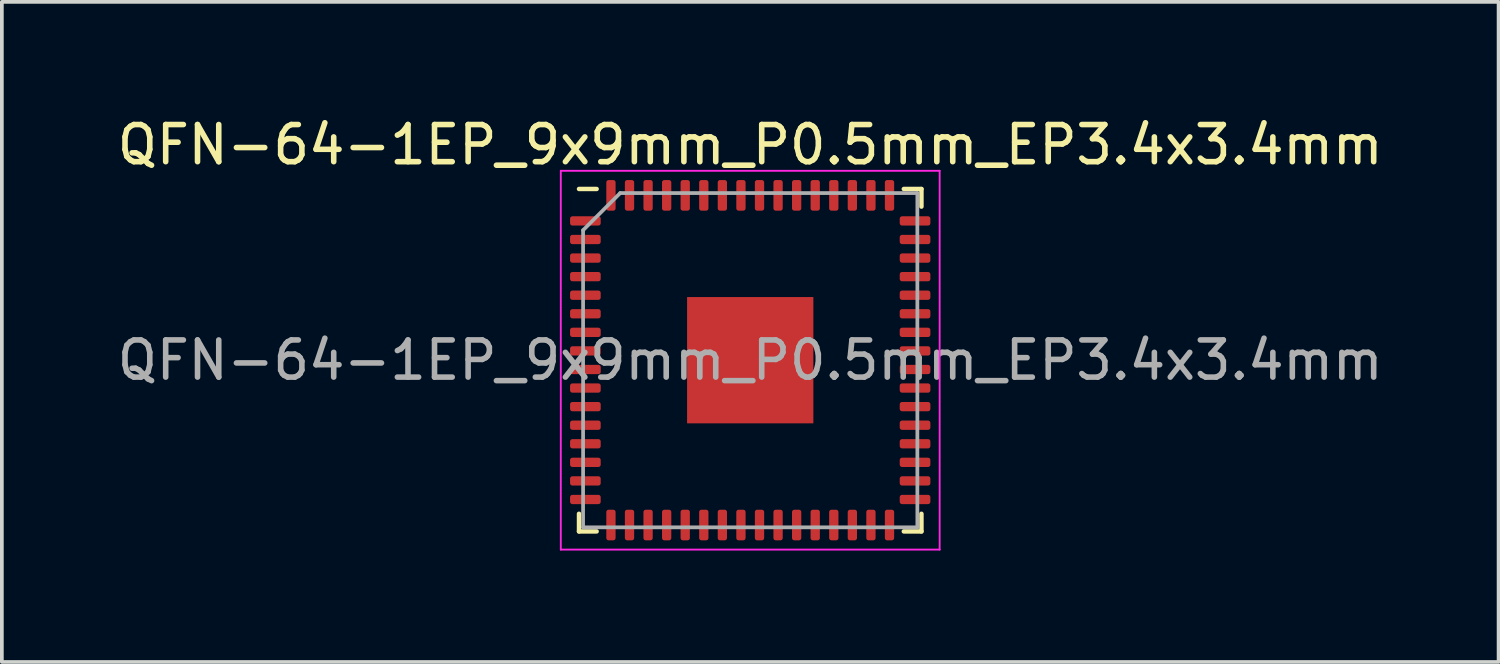
<source format=kicad_pcb>
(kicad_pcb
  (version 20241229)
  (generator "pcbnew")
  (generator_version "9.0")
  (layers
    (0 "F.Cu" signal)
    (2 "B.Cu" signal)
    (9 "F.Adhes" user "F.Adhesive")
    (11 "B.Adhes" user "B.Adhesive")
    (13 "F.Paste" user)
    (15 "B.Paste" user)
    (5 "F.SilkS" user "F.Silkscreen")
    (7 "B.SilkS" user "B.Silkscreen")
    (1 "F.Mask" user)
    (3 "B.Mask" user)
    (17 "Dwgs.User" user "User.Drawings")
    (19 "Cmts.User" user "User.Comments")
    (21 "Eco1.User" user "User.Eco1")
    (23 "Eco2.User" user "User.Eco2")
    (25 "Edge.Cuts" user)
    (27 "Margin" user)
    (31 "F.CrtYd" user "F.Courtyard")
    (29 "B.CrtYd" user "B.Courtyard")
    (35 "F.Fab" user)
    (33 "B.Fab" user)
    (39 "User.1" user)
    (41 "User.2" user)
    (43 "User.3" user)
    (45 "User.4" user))
  (footprint "QFN-64-1EP_9x9mm_P0.5mm_EP3.4x3.4mm"
    (layer "F.Cu")
    (at 17.149 6.648)
    (property "Reference" "QFN-64-1EP_9x9mm_P0.5mm_EP3.4x3.4mm" (at 0 -5.8 0) (layer "F.SilkS") (effects (font (size 1 1) (thickness 0.15))))
    (attr smd)
    (fp_line (start -4.61 4.61) (end -4.61 4.135) (stroke (width 0.12) (type solid)) (layer "F.SilkS"))
    (fp_line (start -4.135 -4.61) (end -4.61 -4.61) (stroke (width 0.12) (type solid)) (layer "F.SilkS"))
    (fp_line (start -4.135 4.61) (end -4.61 4.61) (stroke (width 0.12) (type solid)) (layer "F.SilkS"))
    (fp_line (start 4.135 -4.61) (end 4.61 -4.61) (stroke (width 0.12) (type solid)) (layer "F.SilkS"))
    (fp_line (start 4.135 4.61) (end 4.61 4.61) (stroke (width 0.12) (type solid)) (layer "F.SilkS"))
    (fp_line (start 4.61 -4.61) (end 4.61 -4.135) (stroke (width 0.12) (type solid)) (layer "F.SilkS"))
    (fp_line (start 4.61 4.61) (end 4.61 4.135) (stroke (width 0.12) (type solid)) (layer "F.SilkS"))
    (fp_line (start -5.1 -5.1) (end -5.1 5.1) (stroke (width 0.05) (type solid)) (layer "F.CrtYd"))
    (fp_line (start -5.1 5.1) (end 5.1 5.1) (stroke (width 0.05) (type solid)) (layer "F.CrtYd"))
    (fp_line (start 5.1 -5.1) (end -5.1 -5.1) (stroke (width 0.05) (type solid)) (layer "F.CrtYd"))
    (fp_line (start 5.1 5.1) (end 5.1 -5.1) (stroke (width 0.05) (type solid)) (layer "F.CrtYd"))
    (fp_line (start -4.5 -3.5) (end -3.5 -4.5) (stroke (width 0.1) (type solid)) (layer "F.Fab"))
    (fp_line (start -4.5 4.5) (end -4.5 -3.5) (stroke (width 0.1) (type solid)) (layer "F.Fab"))
    (fp_line (start -3.5 -4.5) (end 4.5 -4.5) (stroke (width 0.1) (type solid)) (layer "F.Fab"))
    (fp_line (start 4.5 -4.5) (end 4.5 4.5) (stroke (width 0.1) (type solid)) (layer "F.Fab"))
    (fp_line (start 4.5 4.5) (end -4.5 4.5) (stroke (width 0.1) (type solid)) (layer "F.Fab"))
    (fp_text user "${REFERENCE}" (at 0 0 0) (layer "F.Fab") (effects (font (size 1 1) (thickness 0.15))))
    (pad "" smd roundrect (at -1.13 -1.13) (size 0.91 0.91) (layers "F.Paste") (roundrect_rratio 0.25))
    (pad "" smd roundrect (at -1.13 0) (size 0.91 0.91) (layers "F.Paste") (roundrect_rratio 0.25))
    (pad "" smd roundrect (at -1.13 1.13) (size 0.91 0.91) (layers "F.Paste") (roundrect_rratio 0.25))
    (pad "" smd roundrect (at 0 -1.13) (size 0.91 0.91) (layers "F.Paste") (roundrect_rratio 0.25))
    (pad "" smd roundrect (at 0 0) (size 0.91 0.91) (layers "F.Paste") (roundrect_rratio 0.25))
    (pad "" smd roundrect (at 0 1.13) (size 0.91 0.91) (layers "F.Paste") (roundrect_rratio 0.25))
    (pad "" smd roundrect (at 1.13 -1.13) (size 0.91 0.91) (layers "F.Paste") (roundrect_rratio 0.25))
    (pad "" smd roundrect (at 1.13 0) (size 0.91 0.91) (layers "F.Paste") (roundrect_rratio 0.25))
    (pad "" smd roundrect (at 1.13 1.13) (size 0.91 0.91) (layers "F.Paste") (roundrect_rratio 0.25))
    (pad "1" smd roundrect (at -4.438 -3.75) (size 0.825 0.25) (layers "F.Cu" "F.Mask" "F.Paste") (roundrect_rratio 0.25))
    (pad "2" smd roundrect (at -4.438 -3.25) (size 0.825 0.25) (layers "F.Cu" "F.Mask" "F.Paste") (roundrect_rratio 0.25))
    (pad "3" smd roundrect (at -4.438 -2.75) (size 0.825 0.25) (layers "F.Cu" "F.Mask" "F.Paste") (roundrect_rratio 0.25))
    (pad "4" smd roundrect (at -4.438 -2.25) (size 0.825 0.25) (layers "F.Cu" "F.Mask" "F.Paste") (roundrect_rratio 0.25))
    (pad "5" smd roundrect (at -4.438 -1.75) (size 0.825 0.25) (layers "F.Cu" "F.Mask" "F.Paste") (roundrect_rratio 0.25))
    (pad "6" smd roundrect (at -4.438 -1.25) (size 0.825 0.25) (layers "F.Cu" "F.Mask" "F.Paste") (roundrect_rratio 0.25))
    (pad "7" smd roundrect (at -4.438 -0.75) (size 0.825 0.25) (layers "F.Cu" "F.Mask" "F.Paste") (roundrect_rratio 0.25))
    (pad "8" smd roundrect (at -4.438 -0.25) (size 0.825 0.25) (layers "F.Cu" "F.Mask" "F.Paste") (roundrect_rratio 0.25))
    (pad "9" smd roundrect (at -4.438 0.25) (size 0.825 0.25) (layers "F.Cu" "F.Mask" "F.Paste") (roundrect_rratio 0.25))
    (pad "10" smd roundrect (at -4.438 0.75) (size 0.825 0.25) (layers "F.Cu" "F.Mask" "F.Paste") (roundrect_rratio 0.25))
    (pad "11" smd roundrect (at -4.438 1.25) (size 0.825 0.25) (layers "F.Cu" "F.Mask" "F.Paste") (roundrect_rratio 0.25))
    (pad "12" smd roundrect (at -4.438 1.75) (size 0.825 0.25) (layers "F.Cu" "F.Mask" "F.Paste") (roundrect_rratio 0.25))
    (pad "13" smd roundrect (at -4.438 2.25) (size 0.825 0.25) (layers "F.Cu" "F.Mask" "F.Paste") (roundrect_rratio 0.25))
    (pad "14" smd roundrect (at -4.438 2.75) (size 0.825 0.25) (layers "F.Cu" "F.Mask" "F.Paste") (roundrect_rratio 0.25))
    (pad "15" smd roundrect (at -4.438 3.25) (size 0.825 0.25) (layers "F.Cu" "F.Mask" "F.Paste") (roundrect_rratio 0.25))
    (pad "16" smd roundrect (at -4.438 3.75) (size 0.825 0.25) (layers "F.Cu" "F.Mask" "F.Paste") (roundrect_rratio 0.25))
    (pad "17" smd roundrect (at -3.75 4.438) (size 0.25 0.825) (layers "F.Cu" "F.Mask" "F.Paste") (roundrect_rratio 0.25))
    (pad "18" smd roundrect (at -3.25 4.438) (size 0.25 0.825) (layers "F.Cu" "F.Mask" "F.Paste") (roundrect_rratio 0.25))
    (pad "19" smd roundrect (at -2.75 4.438) (size 0.25 0.825) (layers "F.Cu" "F.Mask" "F.Paste") (roundrect_rratio 0.25))
    (pad "20" smd roundrect (at -2.25 4.438) (size 0.25 0.825) (layers "F.Cu" "F.Mask" "F.Paste") (roundrect_rratio 0.25))
    (pad "21" smd roundrect (at -1.75 4.438) (size 0.25 0.825) (layers "F.Cu" "F.Mask" "F.Paste") (roundrect_rratio 0.25))
    (pad "22" smd roundrect (at -1.25 4.438) (size 0.25 0.825) (layers "F.Cu" "F.Mask" "F.Paste") (roundrect_rratio 0.25))
    (pad "23" smd roundrect (at -0.75 4.438) (size 0.25 0.825) (layers "F.Cu" "F.Mask" "F.Paste") (roundrect_rratio 0.25))
    (pad "24" smd roundrect (at -0.25 4.438) (size 0.25 0.825) (layers "F.Cu" "F.Mask" "F.Paste") (roundrect_rratio 0.25))
    (pad "25" smd roundrect (at 0.25 4.438) (size 0.25 0.825) (layers "F.Cu" "F.Mask" "F.Paste") (roundrect_rratio 0.25))
    (pad "26" smd roundrect (at 0.75 4.438) (size 0.25 0.825) (layers "F.Cu" "F.Mask" "F.Paste") (roundrect_rratio 0.25))
    (pad "27" smd roundrect (at 1.25 4.438) (size 0.25 0.825) (layers "F.Cu" "F.Mask" "F.Paste") (roundrect_rratio 0.25))
    (pad "28" smd roundrect (at 1.75 4.438) (size 0.25 0.825) (layers "F.Cu" "F.Mask" "F.Paste") (roundrect_rratio 0.25))
    (pad "29" smd roundrect (at 2.25 4.438) (size 0.25 0.825) (layers "F.Cu" "F.Mask" "F.Paste") (roundrect_rratio 0.25))
    (pad "30" smd roundrect (at 2.75 4.438) (size 0.25 0.825) (layers "F.Cu" "F.Mask" "F.Paste") (roundrect_rratio 0.25))
    (pad "31" smd roundrect (at 3.25 4.438) (size 0.25 0.825) (layers "F.Cu" "F.Mask" "F.Paste") (roundrect_rratio 0.25))
    (pad "32" smd roundrect (at 3.75 4.438) (size 0.25 0.825) (layers "F.Cu" "F.Mask" "F.Paste") (roundrect_rratio 0.25))
    (pad "33" smd roundrect (at 4.438 3.75) (size 0.825 0.25) (layers "F.Cu" "F.Mask" "F.Paste") (roundrect_rratio 0.25))
    (pad "34" smd roundrect (at 4.438 3.25) (size 0.825 0.25) (layers "F.Cu" "F.Mask" "F.Paste") (roundrect_rratio 0.25))
    (pad "35" smd roundrect (at 4.438 2.75) (size 0.825 0.25) (layers "F.Cu" "F.Mask" "F.Paste") (roundrect_rratio 0.25))
    (pad "36" smd roundrect (at 4.438 2.25) (size 0.825 0.25) (layers "F.Cu" "F.Mask" "F.Paste") (roundrect_rratio 0.25))
    (pad "37" smd roundrect (at 4.438 1.75) (size 0.825 0.25) (layers "F.Cu" "F.Mask" "F.Paste") (roundrect_rratio 0.25))
    (pad "38" smd roundrect (at 4.438 1.25) (size 0.825 0.25) (layers "F.Cu" "F.Mask" "F.Paste") (roundrect_rratio 0.25))
    (pad "39" smd roundrect (at 4.438 0.75) (size 0.825 0.25) (layers "F.Cu" "F.Mask" "F.Paste") (roundrect_rratio 0.25))
    (pad "40" smd roundrect (at 4.438 0.25) (size 0.825 0.25) (layers "F.Cu" "F.Mask" "F.Paste") (roundrect_rratio 0.25))
    (pad "41" smd roundrect (at 4.438 -0.25) (size 0.825 0.25) (layers "F.Cu" "F.Mask" "F.Paste") (roundrect_rratio 0.25))
    (pad "42" smd roundrect (at 4.438 -0.75) (size 0.825 0.25) (layers "F.Cu" "F.Mask" "F.Paste") (roundrect_rratio 0.25))
    (pad "43" smd roundrect (at 4.438 -1.25) (size 0.825 0.25) (layers "F.Cu" "F.Mask" "F.Paste") (roundrect_rratio 0.25))
    (pad "44" smd roundrect (at 4.438 -1.75) (size 0.825 0.25) (layers "F.Cu" "F.Mask" "F.Paste") (roundrect_rratio 0.25))
    (pad "45" smd roundrect (at 4.438 -2.25) (size 0.825 0.25) (layers "F.Cu" "F.Mask" "F.Paste") (roundrect_rratio 0.25))
    (pad "46" smd roundrect (at 4.438 -2.75) (size 0.825 0.25) (layers "F.Cu" "F.Mask" "F.Paste") (roundrect_rratio 0.25))
    (pad "47" smd roundrect (at 4.438 -3.25) (size 0.825 0.25) (layers "F.Cu" "F.Mask" "F.Paste") (roundrect_rratio 0.25))
    (pad "48" smd roundrect (at 4.438 -3.75) (size 0.825 0.25) (layers "F.Cu" "F.Mask" "F.Paste") (roundrect_rratio 0.25))
    (pad "49" smd roundrect (at 3.75 -4.438) (size 0.25 0.825) (layers "F.Cu" "F.Mask" "F.Paste") (roundrect_rratio 0.25))
    (pad "50" smd roundrect (at 3.25 -4.438) (size 0.25 0.825) (layers "F.Cu" "F.Mask" "F.Paste") (roundrect_rratio 0.25))
    (pad "51" smd roundrect (at 2.75 -4.438) (size 0.25 0.825) (layers "F.Cu" "F.Mask" "F.Paste") (roundrect_rratio 0.25))
    (pad "52" smd roundrect (at 2.25 -4.438) (size 0.25 0.825) (layers "F.Cu" "F.Mask" "F.Paste") (roundrect_rratio 0.25))
    (pad "53" smd roundrect (at 1.75 -4.438) (size 0.25 0.825) (layers "F.Cu" "F.Mask" "F.Paste") (roundrect_rratio 0.25))
    (pad "54" smd roundrect (at 1.25 -4.438) (size 0.25 0.825) (layers "F.Cu" "F.Mask" "F.Paste") (roundrect_rratio 0.25))
    (pad "55" smd roundrect (at 0.75 -4.438) (size 0.25 0.825) (layers "F.Cu" "F.Mask" "F.Paste") (roundrect_rratio 0.25))
    (pad "56" smd roundrect (at 0.25 -4.438) (size 0.25 0.825) (layers "F.Cu" "F.Mask" "F.Paste") (roundrect_rratio 0.25))
    (pad "57" smd roundrect (at -0.25 -4.438) (size 0.25 0.825) (layers "F.Cu" "F.Mask" "F.Paste") (roundrect_rratio 0.25))
    (pad "58" smd roundrect (at -0.75 -4.438) (size 0.25 0.825) (layers "F.Cu" "F.Mask" "F.Paste") (roundrect_rratio 0.25))
    (pad "59" smd roundrect (at -1.25 -4.438) (size 0.25 0.825) (layers "F.Cu" "F.Mask" "F.Paste") (roundrect_rratio 0.25))
    (pad "60" smd roundrect (at -1.75 -4.438) (size 0.25 0.825) (layers "F.Cu" "F.Mask" "F.Paste") (roundrect_rratio 0.25))
    (pad "61" smd roundrect (at -2.25 -4.438) (size 0.25 0.825) (layers "F.Cu" "F.Mask" "F.Paste") (roundrect_rratio 0.25))
    (pad "62" smd roundrect (at -2.75 -4.438) (size 0.25 0.825) (layers "F.Cu" "F.Mask" "F.Paste") (roundrect_rratio 0.25))
    (pad "63" smd roundrect (at -3.25 -4.438) (size 0.25 0.825) (layers "F.Cu" "F.Mask" "F.Paste") (roundrect_rratio 0.25))
    (pad "64" smd roundrect (at -3.75 -4.438) (size 0.25 0.825) (layers "F.Cu" "F.Mask" "F.Paste") (roundrect_rratio 0.25))
    (pad "65" smd rect (at 0 0) (size 3.4 3.4) (layers "F.Cu" "F.Mask")))
  (gr_rect
    (start -3 -3)
    (end 37.298 14.773)
    (stroke (width 0.1) (type default))
    (fill no)
    (layer "Edge.Cuts")))
</source>
